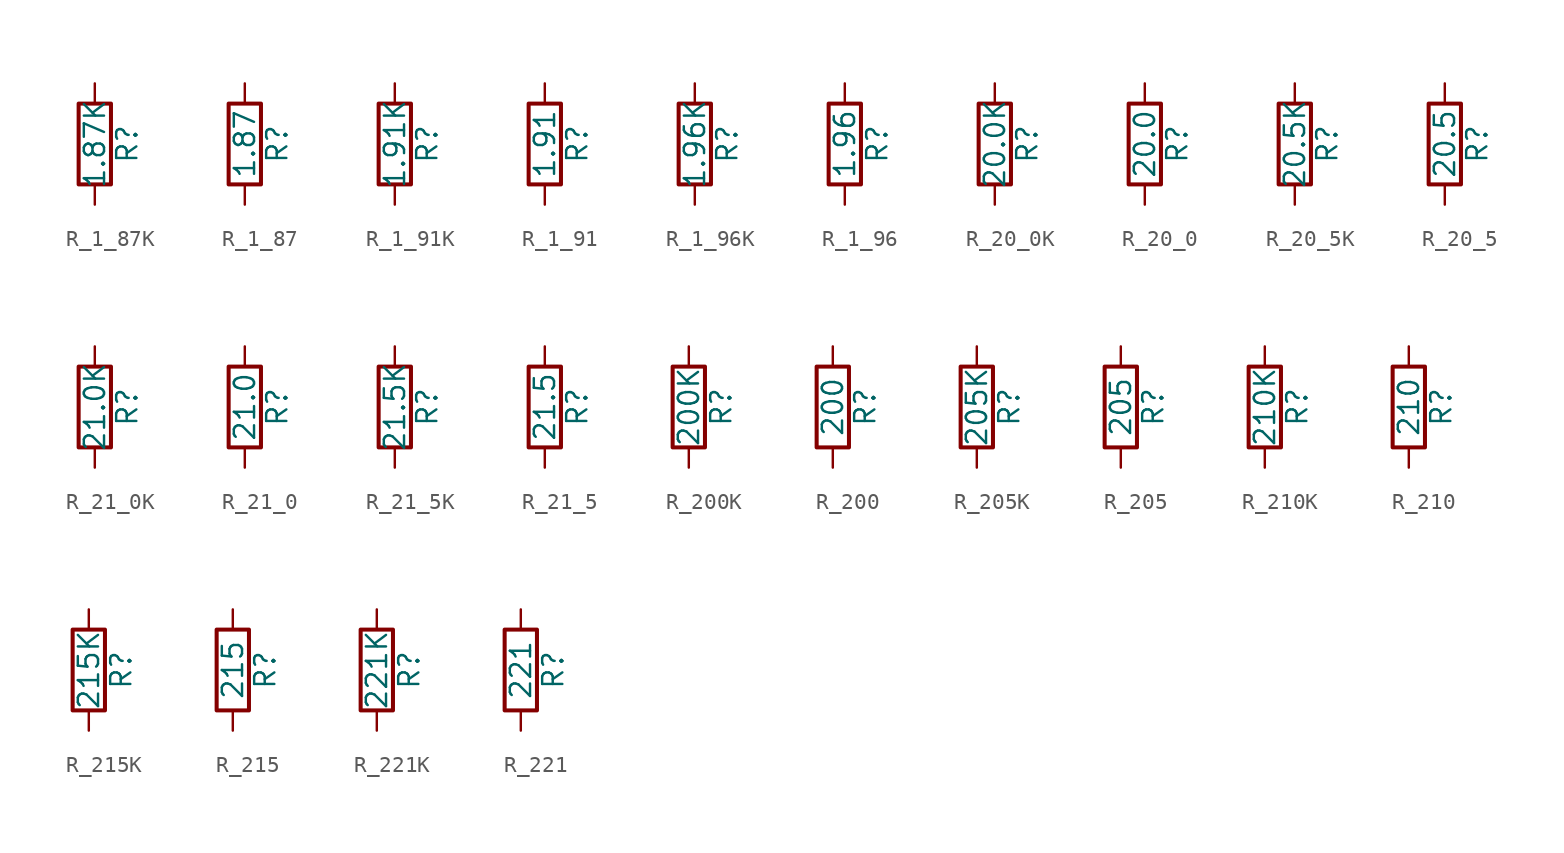
<source format=kicad_sym>
(kicad_symbol_lib
  (version 20211014)
  (generator atlantix-eda)
  (symbol "R_1_87K"
    (pin_numbers hide)
    (pin_names
      (offset 0))
    (property "Reference" "R"
      (at 2.032 0 90)
      (effects (font (size 1.27 1.27))))
    (property "Value" "1.87K"
      (at 0 0 90)
      (effects (font (size 1.27 1.27))))
    (symbol "R_1_87K_0_1"
      (rectangle (start -1.016 -2.54) (end 1.016 2.54) (stroke (width 0.254) (type default) (color 0 0 0 0)) (fill (type none))))
    (symbol "R_1_87K_1_1"
      (pin passive line (at 0 3.81 270) (length 1.27) (name "~" (effects (font (size 1.27 1.27)))) (number "1" (effects (font (size 1.27 1.27)))))
      (pin passive line (at 0 -3.81 90) (length 1.27) (name "~" (effects (font (size 1.27 1.27)))) (number "2" (effects (font (size 1.27 1.27)))))))
  (symbol "R_1_87"
    (pin_numbers hide)
    (pin_names
      (offset 0))
    (property "Reference" "R"
      (at 2.032 0 90)
      (effects (font (size 1.27 1.27))))
    (property "Value" "1.87"
      (at 0 0 90)
      (effects (font (size 1.27 1.27))))
    (symbol "R_1_87_0_1"
      (rectangle (start -1.016 -2.54) (end 1.016 2.54) (stroke (width 0.254) (type default) (color 0 0 0 0)) (fill (type none))))
    (symbol "R_1_87_1_1"
      (pin passive line (at 0 3.81 270) (length 1.27) (name "~" (effects (font (size 1.27 1.27)))) (number "1" (effects (font (size 1.27 1.27)))))
      (pin passive line (at 0 -3.81 90) (length 1.27) (name "~" (effects (font (size 1.27 1.27)))) (number "2" (effects (font (size 1.27 1.27)))))))
  (symbol "R_1_91K"
    (pin_numbers hide)
    (pin_names
      (offset 0))
    (property "Reference" "R"
      (at 2.032 0 90)
      (effects (font (size 1.27 1.27))))
    (property "Value" "1.91K"
      (at 0 0 90)
      (effects (font (size 1.27 1.27))))
    (symbol "R_1_91K_0_1"
      (rectangle (start -1.016 -2.54) (end 1.016 2.54) (stroke (width 0.254) (type default) (color 0 0 0 0)) (fill (type none))))
    (symbol "R_1_91K_1_1"
      (pin passive line (at 0 3.81 270) (length 1.27) (name "~" (effects (font (size 1.27 1.27)))) (number "1" (effects (font (size 1.27 1.27)))))
      (pin passive line (at 0 -3.81 90) (length 1.27) (name "~" (effects (font (size 1.27 1.27)))) (number "2" (effects (font (size 1.27 1.27)))))))
  (symbol "R_1_91"
    (pin_numbers hide)
    (pin_names
      (offset 0))
    (property "Reference" "R"
      (at 2.032 0 90)
      (effects (font (size 1.27 1.27))))
    (property "Value" "1.91"
      (at 0 0 90)
      (effects (font (size 1.27 1.27))))
    (symbol "R_1_91_0_1"
      (rectangle (start -1.016 -2.54) (end 1.016 2.54) (stroke (width 0.254) (type default) (color 0 0 0 0)) (fill (type none))))
    (symbol "R_1_91_1_1"
      (pin passive line (at 0 3.81 270) (length 1.27) (name "~" (effects (font (size 1.27 1.27)))) (number "1" (effects (font (size 1.27 1.27)))))
      (pin passive line (at 0 -3.81 90) (length 1.27) (name "~" (effects (font (size 1.27 1.27)))) (number "2" (effects (font (size 1.27 1.27)))))))
  (symbol "R_1_96K"
    (pin_numbers hide)
    (pin_names
      (offset 0))
    (property "Reference" "R"
      (at 2.032 0 90)
      (effects (font (size 1.27 1.27))))
    (property "Value" "1.96K"
      (at 0 0 90)
      (effects (font (size 1.27 1.27))))
    (symbol "R_1_96K_0_1"
      (rectangle (start -1.016 -2.54) (end 1.016 2.54) (stroke (width 0.254) (type default) (color 0 0 0 0)) (fill (type none))))
    (symbol "R_1_96K_1_1"
      (pin passive line (at 0 3.81 270) (length 1.27) (name "~" (effects (font (size 1.27 1.27)))) (number "1" (effects (font (size 1.27 1.27)))))
      (pin passive line (at 0 -3.81 90) (length 1.27) (name "~" (effects (font (size 1.27 1.27)))) (number "2" (effects (font (size 1.27 1.27)))))))
  (symbol "R_1_96"
    (pin_numbers hide)
    (pin_names
      (offset 0))
    (property "Reference" "R"
      (at 2.032 0 90)
      (effects (font (size 1.27 1.27))))
    (property "Value" "1.96"
      (at 0 0 90)
      (effects (font (size 1.27 1.27))))
    (symbol "R_1_96_0_1"
      (rectangle (start -1.016 -2.54) (end 1.016 2.54) (stroke (width 0.254) (type default) (color 0 0 0 0)) (fill (type none))))
    (symbol "R_1_96_1_1"
      (pin passive line (at 0 3.81 270) (length 1.27) (name "~" (effects (font (size 1.27 1.27)))) (number "1" (effects (font (size 1.27 1.27)))))
      (pin passive line (at 0 -3.81 90) (length 1.27) (name "~" (effects (font (size 1.27 1.27)))) (number "2" (effects (font (size 1.27 1.27)))))))
  (symbol "R_20_0K"
    (pin_numbers hide)
    (pin_names
      (offset 0))
    (property "Reference" "R"
      (at 2.032 0 90)
      (effects (font (size 1.27 1.27))))
    (property "Value" "20.0K"
      (at 0 0 90)
      (effects (font (size 1.27 1.27))))
    (symbol "R_20_0K_0_1"
      (rectangle (start -1.016 -2.54) (end 1.016 2.54) (stroke (width 0.254) (type default) (color 0 0 0 0)) (fill (type none))))
    (symbol "R_20_0K_1_1"
      (pin passive line (at 0 3.81 270) (length 1.27) (name "~" (effects (font (size 1.27 1.27)))) (number "1" (effects (font (size 1.27 1.27)))))
      (pin passive line (at 0 -3.81 90) (length 1.27) (name "~" (effects (font (size 1.27 1.27)))) (number "2" (effects (font (size 1.27 1.27)))))))
  (symbol "R_20_0"
    (pin_numbers hide)
    (pin_names
      (offset 0))
    (property "Reference" "R"
      (at 2.032 0 90)
      (effects (font (size 1.27 1.27))))
    (property "Value" "20.0"
      (at 0 0 90)
      (effects (font (size 1.27 1.27))))
    (symbol "R_20_0_0_1"
      (rectangle (start -1.016 -2.54) (end 1.016 2.54) (stroke (width 0.254) (type default) (color 0 0 0 0)) (fill (type none))))
    (symbol "R_20_0_1_1"
      (pin passive line (at 0 3.81 270) (length 1.27) (name "~" (effects (font (size 1.27 1.27)))) (number "1" (effects (font (size 1.27 1.27)))))
      (pin passive line (at 0 -3.81 90) (length 1.27) (name "~" (effects (font (size 1.27 1.27)))) (number "2" (effects (font (size 1.27 1.27)))))))
  (symbol "R_20_5K"
    (pin_numbers hide)
    (pin_names
      (offset 0))
    (property "Reference" "R"
      (at 2.032 0 90)
      (effects (font (size 1.27 1.27))))
    (property "Value" "20.5K"
      (at 0 0 90)
      (effects (font (size 1.27 1.27))))
    (symbol "R_20_5K_0_1"
      (rectangle (start -1.016 -2.54) (end 1.016 2.54) (stroke (width 0.254) (type default) (color 0 0 0 0)) (fill (type none))))
    (symbol "R_20_5K_1_1"
      (pin passive line (at 0 3.81 270) (length 1.27) (name "~" (effects (font (size 1.27 1.27)))) (number "1" (effects (font (size 1.27 1.27)))))
      (pin passive line (at 0 -3.81 90) (length 1.27) (name "~" (effects (font (size 1.27 1.27)))) (number "2" (effects (font (size 1.27 1.27)))))))
  (symbol "R_20_5"
    (pin_numbers hide)
    (pin_names
      (offset 0))
    (property "Reference" "R"
      (at 2.032 0 90)
      (effects (font (size 1.27 1.27))))
    (property "Value" "20.5"
      (at 0 0 90)
      (effects (font (size 1.27 1.27))))
    (symbol "R_20_5_0_1"
      (rectangle (start -1.016 -2.54) (end 1.016 2.54) (stroke (width 0.254) (type default) (color 0 0 0 0)) (fill (type none))))
    (symbol "R_20_5_1_1"
      (pin passive line (at 0 3.81 270) (length 1.27) (name "~" (effects (font (size 1.27 1.27)))) (number "1" (effects (font (size 1.27 1.27)))))
      (pin passive line (at 0 -3.81 90) (length 1.27) (name "~" (effects (font (size 1.27 1.27)))) (number "2" (effects (font (size 1.27 1.27)))))))
  (symbol "R_21_0K"
    (pin_numbers hide)
    (pin_names
      (offset 0))
    (property "Reference" "R"
      (at 2.032 0 90)
      (effects (font (size 1.27 1.27))))
    (property "Value" "21.0K"
      (at 0 0 90)
      (effects (font (size 1.27 1.27))))
    (symbol "R_21_0K_0_1"
      (rectangle (start -1.016 -2.54) (end 1.016 2.54) (stroke (width 0.254) (type default) (color 0 0 0 0)) (fill (type none))))
    (symbol "R_21_0K_1_1"
      (pin passive line (at 0 3.81 270) (length 1.27) (name "~" (effects (font (size 1.27 1.27)))) (number "1" (effects (font (size 1.27 1.27)))))
      (pin passive line (at 0 -3.81 90) (length 1.27) (name "~" (effects (font (size 1.27 1.27)))) (number "2" (effects (font (size 1.27 1.27)))))))
  (symbol "R_21_0"
    (pin_numbers hide)
    (pin_names
      (offset 0))
    (property "Reference" "R"
      (at 2.032 0 90)
      (effects (font (size 1.27 1.27))))
    (property "Value" "21.0"
      (at 0 0 90)
      (effects (font (size 1.27 1.27))))
    (symbol "R_21_0_0_1"
      (rectangle (start -1.016 -2.54) (end 1.016 2.54) (stroke (width 0.254) (type default) (color 0 0 0 0)) (fill (type none))))
    (symbol "R_21_0_1_1"
      (pin passive line (at 0 3.81 270) (length 1.27) (name "~" (effects (font (size 1.27 1.27)))) (number "1" (effects (font (size 1.27 1.27)))))
      (pin passive line (at 0 -3.81 90) (length 1.27) (name "~" (effects (font (size 1.27 1.27)))) (number "2" (effects (font (size 1.27 1.27)))))))
  (symbol "R_21_5K"
    (pin_numbers hide)
    (pin_names
      (offset 0))
    (property "Reference" "R"
      (at 2.032 0 90)
      (effects (font (size 1.27 1.27))))
    (property "Value" "21.5K"
      (at 0 0 90)
      (effects (font (size 1.27 1.27))))
    (symbol "R_21_5K_0_1"
      (rectangle (start -1.016 -2.54) (end 1.016 2.54) (stroke (width 0.254) (type default) (color 0 0 0 0)) (fill (type none))))
    (symbol "R_21_5K_1_1"
      (pin passive line (at 0 3.81 270) (length 1.27) (name "~" (effects (font (size 1.27 1.27)))) (number "1" (effects (font (size 1.27 1.27)))))
      (pin passive line (at 0 -3.81 90) (length 1.27) (name "~" (effects (font (size 1.27 1.27)))) (number "2" (effects (font (size 1.27 1.27)))))))
  (symbol "R_21_5"
    (pin_numbers hide)
    (pin_names
      (offset 0))
    (property "Reference" "R"
      (at 2.032 0 90)
      (effects (font (size 1.27 1.27))))
    (property "Value" "21.5"
      (at 0 0 90)
      (effects (font (size 1.27 1.27))))
    (symbol "R_21_5_0_1"
      (rectangle (start -1.016 -2.54) (end 1.016 2.54) (stroke (width 0.254) (type default) (color 0 0 0 0)) (fill (type none))))
    (symbol "R_21_5_1_1"
      (pin passive line (at 0 3.81 270) (length 1.27) (name "~" (effects (font (size 1.27 1.27)))) (number "1" (effects (font (size 1.27 1.27)))))
      (pin passive line (at 0 -3.81 90) (length 1.27) (name "~" (effects (font (size 1.27 1.27)))) (number "2" (effects (font (size 1.27 1.27)))))))
  (symbol "R_200K"
    (pin_numbers hide)
    (pin_names
      (offset 0))
    (property "Reference" "R"
      (at 2.032 0 90)
      (effects (font (size 1.27 1.27))))
    (property "Value" "200K"
      (at 0 0 90)
      (effects (font (size 1.27 1.27))))
    (symbol "R_200K_0_1"
      (rectangle (start -1.016 -2.54) (end 1.016 2.54) (stroke (width 0.254) (type default) (color 0 0 0 0)) (fill (type none))))
    (symbol "R_200K_1_1"
      (pin passive line (at 0 3.81 270) (length 1.27) (name "~" (effects (font (size 1.27 1.27)))) (number "1" (effects (font (size 1.27 1.27)))))
      (pin passive line (at 0 -3.81 90) (length 1.27) (name "~" (effects (font (size 1.27 1.27)))) (number "2" (effects (font (size 1.27 1.27)))))))
  (symbol "R_200"
    (pin_numbers hide)
    (pin_names
      (offset 0))
    (property "Reference" "R"
      (at 2.032 0 90)
      (effects (font (size 1.27 1.27))))
    (property "Value" "200"
      (at 0 0 90)
      (effects (font (size 1.27 1.27))))
    (symbol "R_200_0_1"
      (rectangle (start -1.016 -2.54) (end 1.016 2.54) (stroke (width 0.254) (type default) (color 0 0 0 0)) (fill (type none))))
    (symbol "R_200_1_1"
      (pin passive line (at 0 3.81 270) (length 1.27) (name "~" (effects (font (size 1.27 1.27)))) (number "1" (effects (font (size 1.27 1.27)))))
      (pin passive line (at 0 -3.81 90) (length 1.27) (name "~" (effects (font (size 1.27 1.27)))) (number "2" (effects (font (size 1.27 1.27)))))))
  (symbol "R_205K"
    (pin_numbers hide)
    (pin_names
      (offset 0))
    (property "Reference" "R"
      (at 2.032 0 90)
      (effects (font (size 1.27 1.27))))
    (property "Value" "205K"
      (at 0 0 90)
      (effects (font (size 1.27 1.27))))
    (symbol "R_205K_0_1"
      (rectangle (start -1.016 -2.54) (end 1.016 2.54) (stroke (width 0.254) (type default) (color 0 0 0 0)) (fill (type none))))
    (symbol "R_205K_1_1"
      (pin passive line (at 0 3.81 270) (length 1.27) (name "~" (effects (font (size 1.27 1.27)))) (number "1" (effects (font (size 1.27 1.27)))))
      (pin passive line (at 0 -3.81 90) (length 1.27) (name "~" (effects (font (size 1.27 1.27)))) (number "2" (effects (font (size 1.27 1.27)))))))
  (symbol "R_205"
    (pin_numbers hide)
    (pin_names
      (offset 0))
    (property "Reference" "R"
      (at 2.032 0 90)
      (effects (font (size 1.27 1.27))))
    (property "Value" "205"
      (at 0 0 90)
      (effects (font (size 1.27 1.27))))
    (symbol "R_205_0_1"
      (rectangle (start -1.016 -2.54) (end 1.016 2.54) (stroke (width 0.254) (type default) (color 0 0 0 0)) (fill (type none))))
    (symbol "R_205_1_1"
      (pin passive line (at 0 3.81 270) (length 1.27) (name "~" (effects (font (size 1.27 1.27)))) (number "1" (effects (font (size 1.27 1.27)))))
      (pin passive line (at 0 -3.81 90) (length 1.27) (name "~" (effects (font (size 1.27 1.27)))) (number "2" (effects (font (size 1.27 1.27)))))))
  (symbol "R_210K"
    (pin_numbers hide)
    (pin_names
      (offset 0))
    (property "Reference" "R"
      (at 2.032 0 90)
      (effects (font (size 1.27 1.27))))
    (property "Value" "210K"
      (at 0 0 90)
      (effects (font (size 1.27 1.27))))
    (symbol "R_210K_0_1"
      (rectangle (start -1.016 -2.54) (end 1.016 2.54) (stroke (width 0.254) (type default) (color 0 0 0 0)) (fill (type none))))
    (symbol "R_210K_1_1"
      (pin passive line (at 0 3.81 270) (length 1.27) (name "~" (effects (font (size 1.27 1.27)))) (number "1" (effects (font (size 1.27 1.27)))))
      (pin passive line (at 0 -3.81 90) (length 1.27) (name "~" (effects (font (size 1.27 1.27)))) (number "2" (effects (font (size 1.27 1.27)))))))
  (symbol "R_210"
    (pin_numbers hide)
    (pin_names
      (offset 0))
    (property "Reference" "R"
      (at 2.032 0 90)
      (effects (font (size 1.27 1.27))))
    (property "Value" "210"
      (at 0 0 90)
      (effects (font (size 1.27 1.27))))
    (symbol "R_210_0_1"
      (rectangle (start -1.016 -2.54) (end 1.016 2.54) (stroke (width 0.254) (type default) (color 0 0 0 0)) (fill (type none))))
    (symbol "R_210_1_1"
      (pin passive line (at 0 3.81 270) (length 1.27) (name "~" (effects (font (size 1.27 1.27)))) (number "1" (effects (font (size 1.27 1.27)))))
      (pin passive line (at 0 -3.81 90) (length 1.27) (name "~" (effects (font (size 1.27 1.27)))) (number "2" (effects (font (size 1.27 1.27)))))))
  (symbol "R_215K"
    (pin_numbers hide)
    (pin_names
      (offset 0))
    (property "Reference" "R"
      (at 2.032 0 90)
      (effects (font (size 1.27 1.27))))
    (property "Value" "215K"
      (at 0 0 90)
      (effects (font (size 1.27 1.27))))
    (symbol "R_215K_0_1"
      (rectangle (start -1.016 -2.54) (end 1.016 2.54) (stroke (width 0.254) (type default) (color 0 0 0 0)) (fill (type none))))
    (symbol "R_215K_1_1"
      (pin passive line (at 0 3.81 270) (length 1.27) (name "~" (effects (font (size 1.27 1.27)))) (number "1" (effects (font (size 1.27 1.27)))))
      (pin passive line (at 0 -3.81 90) (length 1.27) (name "~" (effects (font (size 1.27 1.27)))) (number "2" (effects (font (size 1.27 1.27)))))))
  (symbol "R_215"
    (pin_numbers hide)
    (pin_names
      (offset 0))
    (property "Reference" "R"
      (at 2.032 0 90)
      (effects (font (size 1.27 1.27))))
    (property "Value" "215"
      (at 0 0 90)
      (effects (font (size 1.27 1.27))))
    (symbol "R_215_0_1"
      (rectangle (start -1.016 -2.54) (end 1.016 2.54) (stroke (width 0.254) (type default) (color 0 0 0 0)) (fill (type none))))
    (symbol "R_215_1_1"
      (pin passive line (at 0 3.81 270) (length 1.27) (name "~" (effects (font (size 1.27 1.27)))) (number "1" (effects (font (size 1.27 1.27)))))
      (pin passive line (at 0 -3.81 90) (length 1.27) (name "~" (effects (font (size 1.27 1.27)))) (number "2" (effects (font (size 1.27 1.27)))))))
  (symbol "R_221K"
    (pin_numbers hide)
    (pin_names
      (offset 0))
    (property "Reference" "R"
      (at 2.032 0 90)
      (effects (font (size 1.27 1.27))))
    (property "Value" "221K"
      (at 0 0 90)
      (effects (font (size 1.27 1.27))))
    (symbol "R_221K_0_1"
      (rectangle (start -1.016 -2.54) (end 1.016 2.54) (stroke (width 0.254) (type default) (color 0 0 0 0)) (fill (type none))))
    (symbol "R_221K_1_1"
      (pin passive line (at 0 3.81 270) (length 1.27) (name "~" (effects (font (size 1.27 1.27)))) (number "1" (effects (font (size 1.27 1.27)))))
      (pin passive line (at 0 -3.81 90) (length 1.27) (name "~" (effects (font (size 1.27 1.27)))) (number "2" (effects (font (size 1.27 1.27)))))))
  (symbol "R_221"
    (pin_numbers hide)
    (pin_names
      (offset 0))
    (property "Reference" "R"
      (at 2.032 0 90)
      (effects (font (size 1.27 1.27))))
    (property "Value" "221"
      (at 0 0 90)
      (effects (font (size 1.27 1.27))))
    (symbol "R_221_0_1"
      (rectangle (start -1.016 -2.54) (end 1.016 2.54) (stroke (width 0.254) (type default) (color 0 0 0 0)) (fill (type none))))
    (symbol "R_221_1_1"
      (pin passive line (at 0 3.81 270) (length 1.27) (name "~" (effects (font (size 1.27 1.27)))) (number "1" (effects (font (size 1.27 1.27)))))
      (pin passive line (at 0 -3.81 90) (length 1.27) (name "~" (effects (font (size 1.27 1.27)))) (number "2" (effects (font (size 1.27 1.27))))))))
</source>
